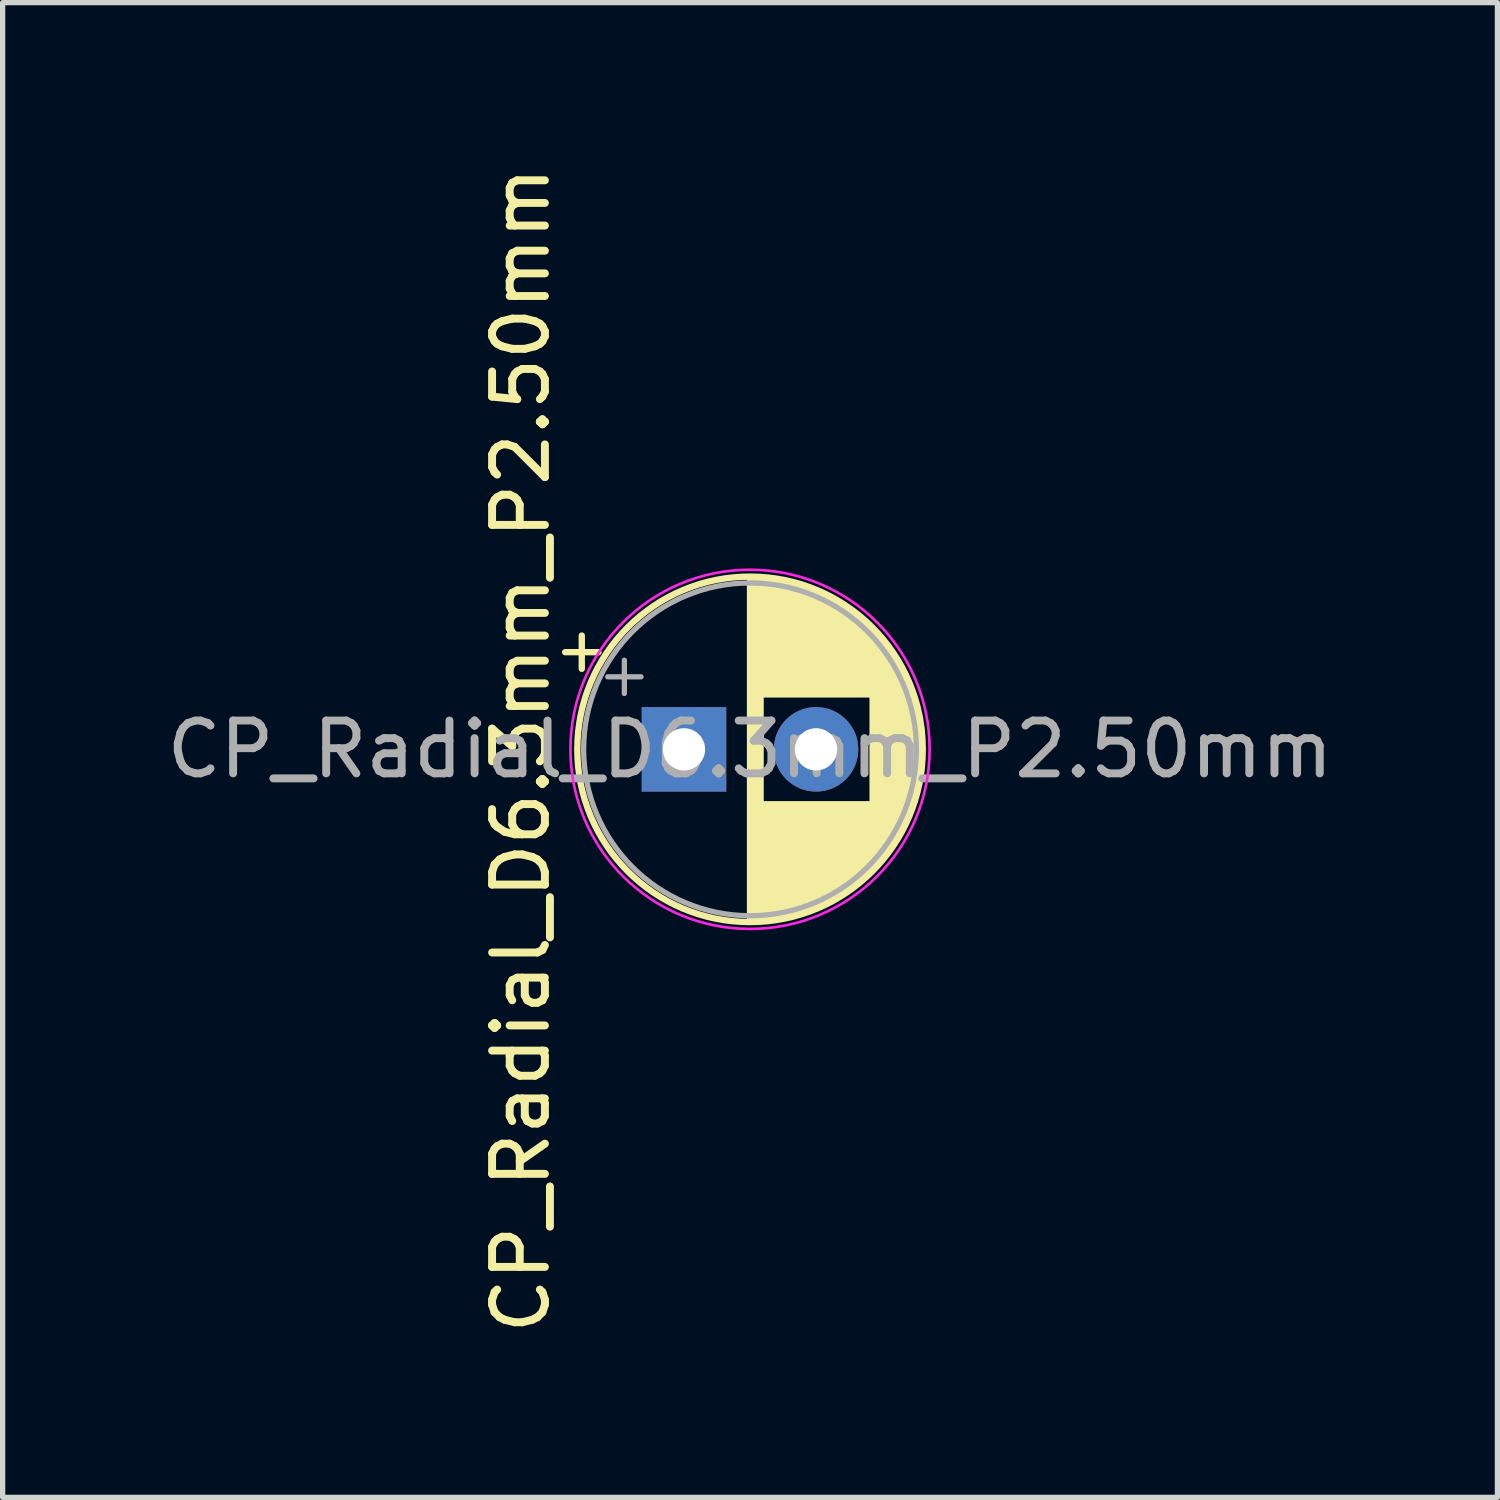
<source format=kicad_pcb>
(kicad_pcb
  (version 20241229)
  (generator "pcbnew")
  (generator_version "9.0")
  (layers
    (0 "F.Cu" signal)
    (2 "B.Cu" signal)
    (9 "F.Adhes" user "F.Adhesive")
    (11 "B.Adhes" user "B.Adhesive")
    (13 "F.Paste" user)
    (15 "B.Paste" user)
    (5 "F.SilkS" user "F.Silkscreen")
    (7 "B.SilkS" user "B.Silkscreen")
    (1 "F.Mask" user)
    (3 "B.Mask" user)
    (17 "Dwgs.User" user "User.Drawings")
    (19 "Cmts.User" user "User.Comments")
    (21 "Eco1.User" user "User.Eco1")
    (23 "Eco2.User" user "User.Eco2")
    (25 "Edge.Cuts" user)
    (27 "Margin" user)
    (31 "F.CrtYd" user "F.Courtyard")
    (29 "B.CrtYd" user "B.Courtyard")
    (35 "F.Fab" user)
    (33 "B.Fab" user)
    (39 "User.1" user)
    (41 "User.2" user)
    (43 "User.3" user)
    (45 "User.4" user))
  (footprint "CP_Radial_D6.3mm_P2.50mm"
    (layer "F.Cu")
    (at 9.899 11.136)
    (property "Reference" "CP_Radial_D6.3mm_P2.50mm" (at -3.088 0.013 90) (layer "F.SilkS") (effects (font (size 1 1) (thickness 0.15))))
    (attr through_hole)
    (fp_line (start -2.25 -1.839) (end -1.62 -1.839) (stroke (width 0.12) (type solid)) (layer "F.SilkS"))
    (fp_line (start -1.935 -2.154) (end -1.935 -1.524) (stroke (width 0.12) (type solid)) (layer "F.SilkS"))
    (fp_line (start 1.25 -3.23) (end 1.25 3.23) (stroke (width 0.12) (type solid)) (layer "F.SilkS"))
    (fp_line (start 1.29 -3.23) (end 1.29 3.23) (stroke (width 0.12) (type solid)) (layer "F.SilkS"))
    (fp_line (start 1.33 -3.23) (end 1.33 3.23) (stroke (width 0.12) (type solid)) (layer "F.SilkS"))
    (fp_line (start 1.37 -3.228) (end 1.37 3.228) (stroke (width 0.12) (type solid)) (layer "F.SilkS"))
    (fp_line (start 1.41 -3.227) (end 1.41 3.227) (stroke (width 0.12) (type solid)) (layer "F.SilkS"))
    (fp_line (start 1.45 -3.224) (end 1.45 3.224) (stroke (width 0.12) (type solid)) (layer "F.SilkS"))
    (fp_line (start 1.49 -3.222) (end 1.49 -1.04) (stroke (width 0.12) (type solid)) (layer "F.SilkS"))
    (fp_line (start 1.49 1.04) (end 1.49 3.222) (stroke (width 0.12) (type solid)) (layer "F.SilkS"))
    (fp_line (start 1.53 -3.218) (end 1.53 -1.04) (stroke (width 0.12) (type solid)) (layer "F.SilkS"))
    (fp_line (start 1.53 1.04) (end 1.53 3.218) (stroke (width 0.12) (type solid)) (layer "F.SilkS"))
    (fp_line (start 1.57 -3.215) (end 1.57 -1.04) (stroke (width 0.12) (type solid)) (layer "F.SilkS"))
    (fp_line (start 1.57 1.04) (end 1.57 3.215) (stroke (width 0.12) (type solid)) (layer "F.SilkS"))
    (fp_line (start 1.61 -3.211) (end 1.61 -1.04) (stroke (width 0.12) (type solid)) (layer "F.SilkS"))
    (fp_line (start 1.61 1.04) (end 1.61 3.211) (stroke (width 0.12) (type solid)) (layer "F.SilkS"))
    (fp_line (start 1.65 -3.206) (end 1.65 -1.04) (stroke (width 0.12) (type solid)) (layer "F.SilkS"))
    (fp_line (start 1.65 1.04) (end 1.65 3.206) (stroke (width 0.12) (type solid)) (layer "F.SilkS"))
    (fp_line (start 1.69 -3.201) (end 1.69 -1.04) (stroke (width 0.12) (type solid)) (layer "F.SilkS"))
    (fp_line (start 1.69 1.04) (end 1.69 3.201) (stroke (width 0.12) (type solid)) (layer "F.SilkS"))
    (fp_line (start 1.73 -3.195) (end 1.73 -1.04) (stroke (width 0.12) (type solid)) (layer "F.SilkS"))
    (fp_line (start 1.73 1.04) (end 1.73 3.195) (stroke (width 0.12) (type solid)) (layer "F.SilkS"))
    (fp_line (start 1.77 -3.189) (end 1.77 -1.04) (stroke (width 0.12) (type solid)) (layer "F.SilkS"))
    (fp_line (start 1.77 1.04) (end 1.77 3.189) (stroke (width 0.12) (type solid)) (layer "F.SilkS"))
    (fp_line (start 1.81 -3.182) (end 1.81 -1.04) (stroke (width 0.12) (type solid)) (layer "F.SilkS"))
    (fp_line (start 1.81 1.04) (end 1.81 3.182) (stroke (width 0.12) (type solid)) (layer "F.SilkS"))
    (fp_line (start 1.85 -3.175) (end 1.85 -1.04) (stroke (width 0.12) (type solid)) (layer "F.SilkS"))
    (fp_line (start 1.85 1.04) (end 1.85 3.175) (stroke (width 0.12) (type solid)) (layer "F.SilkS"))
    (fp_line (start 1.89 -3.167) (end 1.89 -1.04) (stroke (width 0.12) (type solid)) (layer "F.SilkS"))
    (fp_line (start 1.89 1.04) (end 1.89 3.167) (stroke (width 0.12) (type solid)) (layer "F.SilkS"))
    (fp_line (start 1.93 -3.159) (end 1.93 -1.04) (stroke (width 0.12) (type solid)) (layer "F.SilkS"))
    (fp_line (start 1.93 1.04) (end 1.93 3.159) (stroke (width 0.12) (type solid)) (layer "F.SilkS"))
    (fp_line (start 1.971 -3.15) (end 1.971 -1.04) (stroke (width 0.12) (type solid)) (layer "F.SilkS"))
    (fp_line (start 1.971 1.04) (end 1.971 3.15) (stroke (width 0.12) (type solid)) (layer "F.SilkS"))
    (fp_line (start 2.011 -3.141) (end 2.011 -1.04) (stroke (width 0.12) (type solid)) (layer "F.SilkS"))
    (fp_line (start 2.011 1.04) (end 2.011 3.141) (stroke (width 0.12) (type solid)) (layer "F.SilkS"))
    (fp_line (start 2.051 -3.131) (end 2.051 -1.04) (stroke (width 0.12) (type solid)) (layer "F.SilkS"))
    (fp_line (start 2.051 1.04) (end 2.051 3.131) (stroke (width 0.12) (type solid)) (layer "F.SilkS"))
    (fp_line (start 2.091 -3.121) (end 2.091 -1.04) (stroke (width 0.12) (type solid)) (layer "F.SilkS"))
    (fp_line (start 2.091 1.04) (end 2.091 3.121) (stroke (width 0.12) (type solid)) (layer "F.SilkS"))
    (fp_line (start 2.131 -3.11) (end 2.131 -1.04) (stroke (width 0.12) (type solid)) (layer "F.SilkS"))
    (fp_line (start 2.131 1.04) (end 2.131 3.11) (stroke (width 0.12) (type solid)) (layer "F.SilkS"))
    (fp_line (start 2.171 -3.098) (end 2.171 -1.04) (stroke (width 0.12) (type solid)) (layer "F.SilkS"))
    (fp_line (start 2.171 1.04) (end 2.171 3.098) (stroke (width 0.12) (type solid)) (layer "F.SilkS"))
    (fp_line (start 2.211 -3.086) (end 2.211 -1.04) (stroke (width 0.12) (type solid)) (layer "F.SilkS"))
    (fp_line (start 2.211 1.04) (end 2.211 3.086) (stroke (width 0.12) (type solid)) (layer "F.SilkS"))
    (fp_line (start 2.251 -3.074) (end 2.251 -1.04) (stroke (width 0.12) (type solid)) (layer "F.SilkS"))
    (fp_line (start 2.251 1.04) (end 2.251 3.074) (stroke (width 0.12) (type solid)) (layer "F.SilkS"))
    (fp_line (start 2.291 -3.061) (end 2.291 -1.04) (stroke (width 0.12) (type solid)) (layer "F.SilkS"))
    (fp_line (start 2.291 1.04) (end 2.291 3.061) (stroke (width 0.12) (type solid)) (layer "F.SilkS"))
    (fp_line (start 2.331 -3.047) (end 2.331 -1.04) (stroke (width 0.12) (type solid)) (layer "F.SilkS"))
    (fp_line (start 2.331 1.04) (end 2.331 3.047) (stroke (width 0.12) (type solid)) (layer "F.SilkS"))
    (fp_line (start 2.371 -3.033) (end 2.371 -1.04) (stroke (width 0.12) (type solid)) (layer "F.SilkS"))
    (fp_line (start 2.371 1.04) (end 2.371 3.033) (stroke (width 0.12) (type solid)) (layer "F.SilkS"))
    (fp_line (start 2.411 -3.018) (end 2.411 -1.04) (stroke (width 0.12) (type solid)) (layer "F.SilkS"))
    (fp_line (start 2.411 1.04) (end 2.411 3.018) (stroke (width 0.12) (type solid)) (layer "F.SilkS"))
    (fp_line (start 2.451 -3.002) (end 2.451 -1.04) (stroke (width 0.12) (type solid)) (layer "F.SilkS"))
    (fp_line (start 2.451 1.04) (end 2.451 3.002) (stroke (width 0.12) (type solid)) (layer "F.SilkS"))
    (fp_line (start 2.491 -2.986) (end 2.491 -1.04) (stroke (width 0.12) (type solid)) (layer "F.SilkS"))
    (fp_line (start 2.491 1.04) (end 2.491 2.986) (stroke (width 0.12) (type solid)) (layer "F.SilkS"))
    (fp_line (start 2.531 -2.97) (end 2.531 -1.04) (stroke (width 0.12) (type solid)) (layer "F.SilkS"))
    (fp_line (start 2.531 1.04) (end 2.531 2.97) (stroke (width 0.12) (type solid)) (layer "F.SilkS"))
    (fp_line (start 2.571 -2.952) (end 2.571 -1.04) (stroke (width 0.12) (type solid)) (layer "F.SilkS"))
    (fp_line (start 2.571 1.04) (end 2.571 2.952) (stroke (width 0.12) (type solid)) (layer "F.SilkS"))
    (fp_line (start 2.611 -2.934) (end 2.611 -1.04) (stroke (width 0.12) (type solid)) (layer "F.SilkS"))
    (fp_line (start 2.611 1.04) (end 2.611 2.934) (stroke (width 0.12) (type solid)) (layer "F.SilkS"))
    (fp_line (start 2.651 -2.916) (end 2.651 -1.04) (stroke (width 0.12) (type solid)) (layer "F.SilkS"))
    (fp_line (start 2.651 1.04) (end 2.651 2.916) (stroke (width 0.12) (type solid)) (layer "F.SilkS"))
    (fp_line (start 2.691 -2.896) (end 2.691 -1.04) (stroke (width 0.12) (type solid)) (layer "F.SilkS"))
    (fp_line (start 2.691 1.04) (end 2.691 2.896) (stroke (width 0.12) (type solid)) (layer "F.SilkS"))
    (fp_line (start 2.731 -2.876) (end 2.731 -1.04) (stroke (width 0.12) (type solid)) (layer "F.SilkS"))
    (fp_line (start 2.731 1.04) (end 2.731 2.876) (stroke (width 0.12) (type solid)) (layer "F.SilkS"))
    (fp_line (start 2.771 -2.856) (end 2.771 -1.04) (stroke (width 0.12) (type solid)) (layer "F.SilkS"))
    (fp_line (start 2.771 1.04) (end 2.771 2.856) (stroke (width 0.12) (type solid)) (layer "F.SilkS"))
    (fp_line (start 2.811 -2.834) (end 2.811 -1.04) (stroke (width 0.12) (type solid)) (layer "F.SilkS"))
    (fp_line (start 2.811 1.04) (end 2.811 2.834) (stroke (width 0.12) (type solid)) (layer "F.SilkS"))
    (fp_line (start 2.851 -2.812) (end 2.851 -1.04) (stroke (width 0.12) (type solid)) (layer "F.SilkS"))
    (fp_line (start 2.851 1.04) (end 2.851 2.812) (stroke (width 0.12) (type solid)) (layer "F.SilkS"))
    (fp_line (start 2.891 -2.79) (end 2.891 -1.04) (stroke (width 0.12) (type solid)) (layer "F.SilkS"))
    (fp_line (start 2.891 1.04) (end 2.891 2.79) (stroke (width 0.12) (type solid)) (layer "F.SilkS"))
    (fp_line (start 2.931 -2.766) (end 2.931 -1.04) (stroke (width 0.12) (type solid)) (layer "F.SilkS"))
    (fp_line (start 2.931 1.04) (end 2.931 2.766) (stroke (width 0.12) (type solid)) (layer "F.SilkS"))
    (fp_line (start 2.971 -2.742) (end 2.971 -1.04) (stroke (width 0.12) (type solid)) (layer "F.SilkS"))
    (fp_line (start 2.971 1.04) (end 2.971 2.742) (stroke (width 0.12) (type solid)) (layer "F.SilkS"))
    (fp_line (start 3.011 -2.716) (end 3.011 -1.04) (stroke (width 0.12) (type solid)) (layer "F.SilkS"))
    (fp_line (start 3.011 1.04) (end 3.011 2.716) (stroke (width 0.12) (type solid)) (layer "F.SilkS"))
    (fp_line (start 3.051 -2.69) (end 3.051 -1.04) (stroke (width 0.12) (type solid)) (layer "F.SilkS"))
    (fp_line (start 3.051 1.04) (end 3.051 2.69) (stroke (width 0.12) (type solid)) (layer "F.SilkS"))
    (fp_line (start 3.091 -2.664) (end 3.091 -1.04) (stroke (width 0.12) (type solid)) (layer "F.SilkS"))
    (fp_line (start 3.091 1.04) (end 3.091 2.664) (stroke (width 0.12) (type solid)) (layer "F.SilkS"))
    (fp_line (start 3.131 -2.636) (end 3.131 -1.04) (stroke (width 0.12) (type solid)) (layer "F.SilkS"))
    (fp_line (start 3.131 1.04) (end 3.131 2.636) (stroke (width 0.12) (type solid)) (layer "F.SilkS"))
    (fp_line (start 3.171 -2.607) (end 3.171 -1.04) (stroke (width 0.12) (type solid)) (layer "F.SilkS"))
    (fp_line (start 3.171 1.04) (end 3.171 2.607) (stroke (width 0.12) (type solid)) (layer "F.SilkS"))
    (fp_line (start 3.211 -2.578) (end 3.211 -1.04) (stroke (width 0.12) (type solid)) (layer "F.SilkS"))
    (fp_line (start 3.211 1.04) (end 3.211 2.578) (stroke (width 0.12) (type solid)) (layer "F.SilkS"))
    (fp_line (start 3.251 -2.548) (end 3.251 -1.04) (stroke (width 0.12) (type solid)) (layer "F.SilkS"))
    (fp_line (start 3.251 1.04) (end 3.251 2.548) (stroke (width 0.12) (type solid)) (layer "F.SilkS"))
    (fp_line (start 3.291 -2.516) (end 3.291 -1.04) (stroke (width 0.12) (type solid)) (layer "F.SilkS"))
    (fp_line (start 3.291 1.04) (end 3.291 2.516) (stroke (width 0.12) (type solid)) (layer "F.SilkS"))
    (fp_line (start 3.331 -2.484) (end 3.331 -1.04) (stroke (width 0.12) (type solid)) (layer "F.SilkS"))
    (fp_line (start 3.331 1.04) (end 3.331 2.484) (stroke (width 0.12) (type solid)) (layer "F.SilkS"))
    (fp_line (start 3.371 -2.45) (end 3.371 -1.04) (stroke (width 0.12) (type solid)) (layer "F.SilkS"))
    (fp_line (start 3.371 1.04) (end 3.371 2.45) (stroke (width 0.12) (type solid)) (layer "F.SilkS"))
    (fp_line (start 3.411 -2.416) (end 3.411 -1.04) (stroke (width 0.12) (type solid)) (layer "F.SilkS"))
    (fp_line (start 3.411 1.04) (end 3.411 2.416) (stroke (width 0.12) (type solid)) (layer "F.SilkS"))
    (fp_line (start 3.451 -2.38) (end 3.451 -1.04) (stroke (width 0.12) (type solid)) (layer "F.SilkS"))
    (fp_line (start 3.451 1.04) (end 3.451 2.38) (stroke (width 0.12) (type solid)) (layer "F.SilkS"))
    (fp_line (start 3.491 -2.343) (end 3.491 -1.04) (stroke (width 0.12) (type solid)) (layer "F.SilkS"))
    (fp_line (start 3.491 1.04) (end 3.491 2.343) (stroke (width 0.12) (type solid)) (layer "F.SilkS"))
    (fp_line (start 3.531 -2.305) (end 3.531 -1.04) (stroke (width 0.12) (type solid)) (layer "F.SilkS"))
    (fp_line (start 3.531 1.04) (end 3.531 2.305) (stroke (width 0.12) (type solid)) (layer "F.SilkS"))
    (fp_line (start 3.571 -2.265) (end 3.571 2.265) (stroke (width 0.12) (type solid)) (layer "F.SilkS"))
    (fp_line (start 3.611 -2.224) (end 3.611 2.224) (stroke (width 0.12) (type solid)) (layer "F.SilkS"))
    (fp_line (start 3.651 -2.182) (end 3.651 2.182) (stroke (width 0.12) (type solid)) (layer "F.SilkS"))
    (fp_line (start 3.691 -2.137) (end 3.691 2.137) (stroke (width 0.12) (type solid)) (layer "F.SilkS"))
    (fp_line (start 3.731 -2.092) (end 3.731 2.092) (stroke (width 0.12) (type solid)) (layer "F.SilkS"))
    (fp_line (start 3.771 -2.044) (end 3.771 2.044) (stroke (width 0.12) (type solid)) (layer "F.SilkS"))
    (fp_line (start 3.811 -1.995) (end 3.811 1.995) (stroke (width 0.12) (type solid)) (layer "F.SilkS"))
    (fp_line (start 3.851 -1.944) (end 3.851 1.944) (stroke (width 0.12) (type solid)) (layer "F.SilkS"))
    (fp_line (start 3.891 -1.89) (end 3.891 1.89) (stroke (width 0.12) (type solid)) (layer "F.SilkS"))
    (fp_line (start 3.931 -1.834) (end 3.931 1.834) (stroke (width 0.12) (type solid)) (layer "F.SilkS"))
    (fp_line (start 3.971 -1.776) (end 3.971 1.776) (stroke (width 0.12) (type solid)) (layer "F.SilkS"))
    (fp_line (start 4.011 -1.714) (end 4.011 1.714) (stroke (width 0.12) (type solid)) (layer "F.SilkS"))
    (fp_line (start 4.051 -1.65) (end 4.051 1.65) (stroke (width 0.12) (type solid)) (layer "F.SilkS"))
    (fp_line (start 4.091 -1.581) (end 4.091 1.581) (stroke (width 0.12) (type solid)) (layer "F.SilkS"))
    (fp_line (start 4.131 -1.509) (end 4.131 1.509) (stroke (width 0.12) (type solid)) (layer "F.SilkS"))
    (fp_line (start 4.171 -1.432) (end 4.171 1.432) (stroke (width 0.12) (type solid)) (layer "F.SilkS"))
    (fp_line (start 4.211 -1.35) (end 4.211 1.35) (stroke (width 0.12) (type solid)) (layer "F.SilkS"))
    (fp_line (start 4.251 -1.262) (end 4.251 1.262) (stroke (width 0.12) (type solid)) (layer "F.SilkS"))
    (fp_line (start 4.291 -1.165) (end 4.291 1.165) (stroke (width 0.12) (type solid)) (layer "F.SilkS"))
    (fp_line (start 4.331 -1.059) (end 4.331 1.059) (stroke (width 0.12) (type solid)) (layer "F.SilkS"))
    (fp_line (start 4.371 -0.94) (end 4.371 0.94) (stroke (width 0.12) (type solid)) (layer "F.SilkS"))
    (fp_line (start 4.411 -0.802) (end 4.411 0.802) (stroke (width 0.12) (type solid)) (layer "F.SilkS"))
    (fp_line (start 4.451 -0.633) (end 4.451 0.633) (stroke (width 0.12) (type solid)) (layer "F.SilkS"))
    (fp_line (start 4.491 -0.402) (end 4.491 0.402) (stroke (width 0.12) (type solid)) (layer "F.SilkS"))
    (fp_circle (center 1.25 0) (end 4.52 0) (stroke (width 0.12) (type solid)) (fill no) (layer "F.SilkS"))
    (fp_circle (center 1.25 0) (end 4.65 0) (stroke (width 0.05) (type solid)) (fill no) (layer "F.CrtYd"))
    (fp_line (start -1.444 -1.373) (end -0.814 -1.373) (stroke (width 0.1) (type solid)) (layer "F.Fab"))
    (fp_line (start -1.129 -1.688) (end -1.129 -1.058) (stroke (width 0.1) (type solid)) (layer "F.Fab"))
    (fp_circle (center 1.25 0) (end 4.4 0) (stroke (width 0.1) (type solid)) (fill no) (layer "F.Fab"))
    (fp_text user "${REFERENCE}" (at 1.25 0 0) (layer "F.Fab") (effects (font (size 1 1) (thickness 0.15))))
    (pad "1" thru_hole rect (at 0 0) (size 1.6 1.6) (drill 0.8) (layers "*.Cu" "*.Mask"))
    (pad "2" thru_hole circle (at 2.5 0) (size 1.6 1.6) (drill 0.8) (layers "*.Cu" "*.Mask")))
  (gr_rect
    (start -3 -3)
    (end 25.298 25.298)
    (stroke (width 0.1) (type default))
    (fill no)
    (layer "Edge.Cuts")))
</source>
